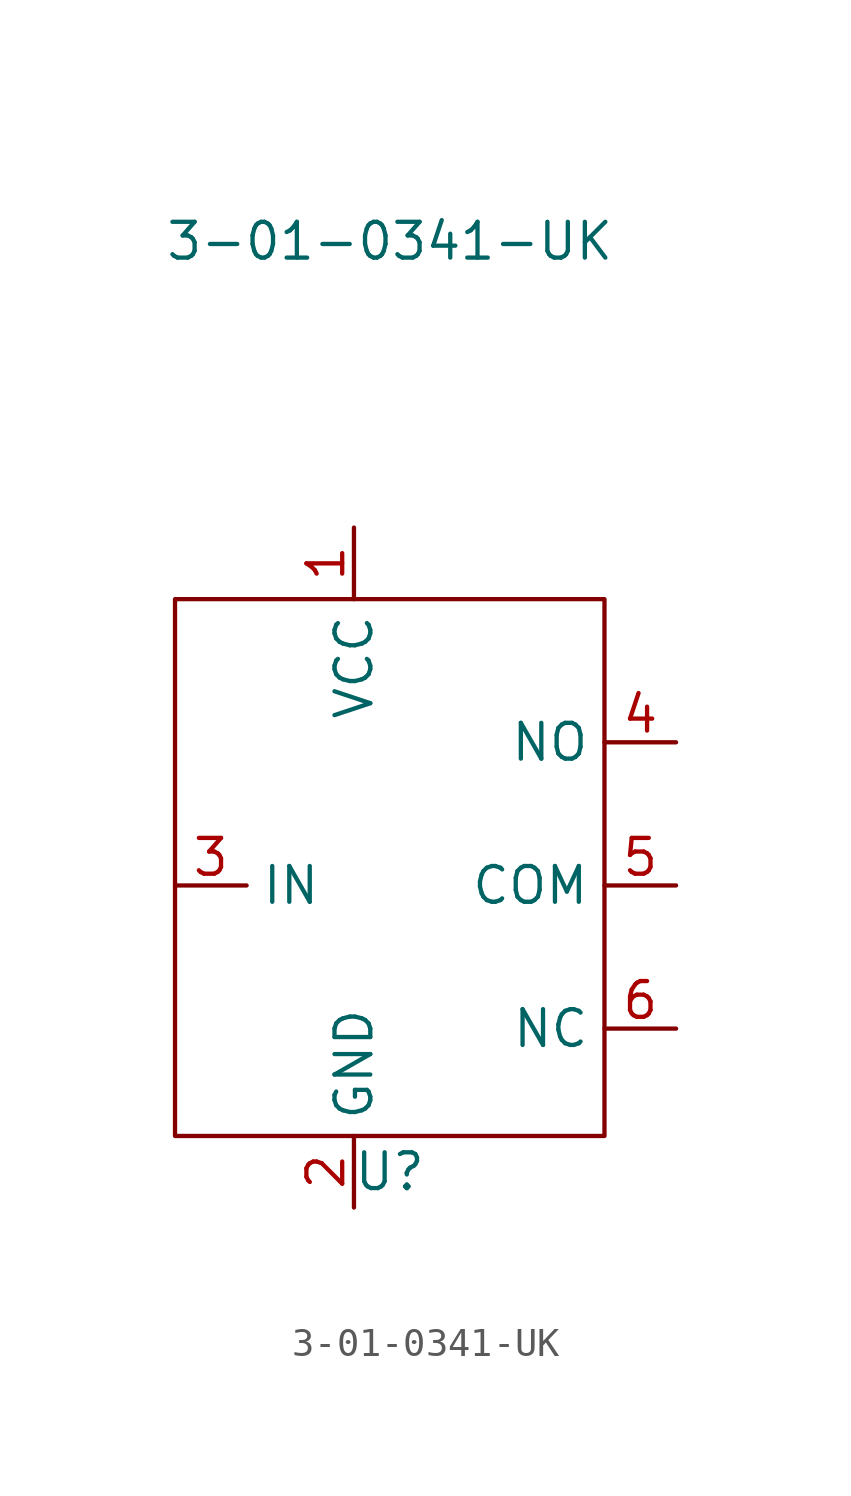
<source format=kicad_sym>
(kicad_symbol_lib
  (version 20211014)
  (generator kicad_symbol_editor)
  (symbol "3-01-0341-UK"
    (property "Reference" "U"
      (at 0 -17.78 0)
      (effects (font (size 1.27 1.27))))
    (property "Value" "3-01-0341-UK"
      (at 0 15.24 0)
      (effects (font (size 1.27 1.27))))
    (symbol "3-01-0341-UK_0_1"
      (rectangle (start -7.62 2.54) (end 7.62 -16.51) (stroke (width 0) (type default) (color 0 0 0 0)) (fill (type none))))
    (symbol "3-01-0341-UK_1_1"
      (pin power_in line (at -1.27 5.08 270) (length 2.54) (name "VCC" (effects (font (size 1.27 1.27)))) (number "1" (effects (font (size 1.27 1.27)))))
      (pin power_in line (at -1.27 -19.05 90) (length 2.54) (name "GND" (effects (font (size 1.27 1.27)))) (number "2" (effects (font (size 1.27 1.27)))))
      (pin input line (at -7.62 -7.62 0) (length 2.54) (name "IN" (effects (font (size 1.27 1.27)))) (number "3" (effects (font (size 1.27 1.27)))))
      (pin output line (at 10.16 -2.54 180) (length 2.54) (name "NO" (effects (font (size 1.27 1.27)))) (number "4" (effects (font (size 1.27 1.27)))))
      (pin output line (at 10.16 -7.62 180) (length 2.54) (name "COM" (effects (font (size 1.27 1.27)))) (number "5" (effects (font (size 1.27 1.27)))))
      (pin output line (at 10.16 -12.7 180) (length 2.54) (name "NC" (effects (font (size 1.27 1.27)))) (number "6" (effects (font (size 1.27 1.27))))))))
</source>
